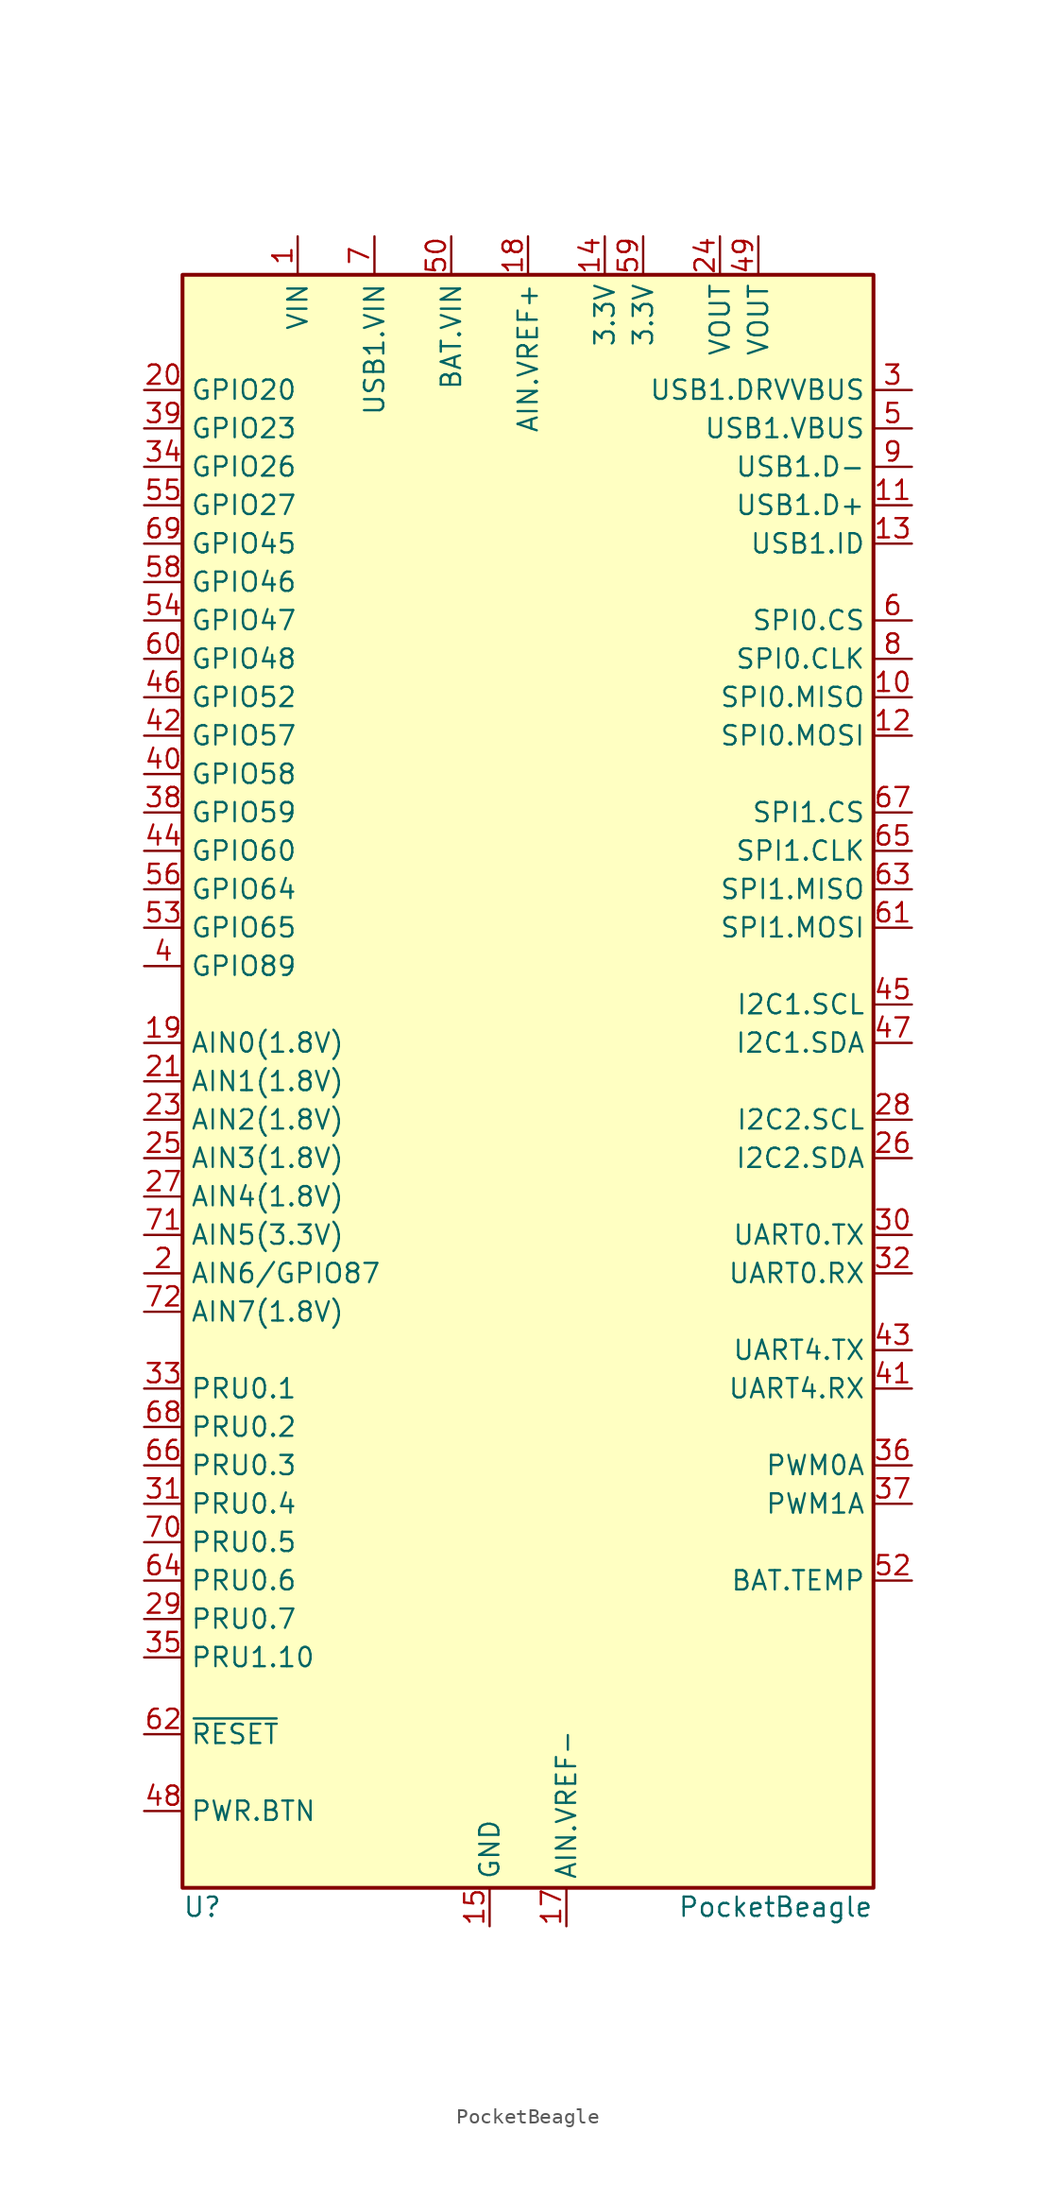
<source format=kicad_sym>
(kicad_symbol_lib
  (version 20201005)
  (generator kicad_symbol_editor)
  (symbol "PocketBeagle"
    (property "Reference" "U"
      (at -22.86 -54.61 0)
      (effects (font (size 1.27 1.27)) (justify left)))
    (property "Value" "PocketBeagle"
      (at 22.86 -54.61 0)
      (effects (font (size 1.27 1.27)) (justify right)))
    (symbol "PocketBeagle_0_1"
      (rectangle (start -22.86 53.34) (end 22.86 -53.34) (stroke (width 0.254)) (fill (type background))))
    (symbol "PocketBeagle_1_1"
      (pin power_in line (at -15.24 55.88 270) (length 2.54) (name "VIN" (effects (font (size 1.27 1.27)))) (number "1" (effects (font (size 1.27 1.27)))))
      (pin bidirectional line (at 25.4 25.4 180) (length 2.54) (name "SPI0.MISO" (effects (font (size 1.27 1.27)))) (number "10" (effects (font (size 1.27 1.27)))))
      (pin bidirectional line (at 25.4 38.1 180) (length 2.54) (name "USB1.D+" (effects (font (size 1.27 1.27)))) (number "11" (effects (font (size 1.27 1.27)))))
      (pin bidirectional line (at 25.4 22.86 180) (length 2.54) (name "SPI0.MOSI" (effects (font (size 1.27 1.27)))) (number "12" (effects (font (size 1.27 1.27)))))
      (pin input line (at 25.4 35.56 180) (length 2.54) (name "USB1.ID" (effects (font (size 1.27 1.27)))) (number "13" (effects (font (size 1.27 1.27)))))
      (pin power_out line (at 5.08 55.88 270) (length 2.54) (name "3.3V" (effects (font (size 1.27 1.27)))) (number "14" (effects (font (size 1.27 1.27)))))
      (pin power_in line (at -2.54 -55.88 90) (length 2.54) (name "GND" (effects (font (size 1.27 1.27)))) (number "15" (effects (font (size 1.27 1.27)))))
      (pin passive line (at -2.54 -55.88 90) (length 2.54) hide (name "GND" (effects (font (size 1.27 1.27)))) (number "16" (effects (font (size 1.27 1.27)))))
      (pin power_in line (at 2.54 -55.88 90) (length 2.54) (name "AIN.VREF-" (effects (font (size 1.27 1.27)))) (number "17" (effects (font (size 1.27 1.27)))))
      (pin power_in line (at 0 55.88 270) (length 2.54) (name "AIN.VREF+" (effects (font (size 1.27 1.27)))) (number "18" (effects (font (size 1.27 1.27)))))
      (pin input line (at -25.4 2.54 0) (length 2.54) (name "AIN0(1.8V)" (effects (font (size 1.27 1.27)))) (number "19" (effects (font (size 1.27 1.27)))))
      (pin bidirectional line (at -25.4 -12.7 0) (length 2.54) (name "AIN6/GPIO87" (effects (font (size 1.27 1.27)))) (number "2" (effects (font (size 1.27 1.27)))))
      (pin bidirectional line (at -25.4 45.72 0) (length 2.54) (name "GPIO20" (effects (font (size 1.27 1.27)))) (number "20" (effects (font (size 1.27 1.27)))))
      (pin input line (at -25.4 0 0) (length 2.54) (name "AIN1(1.8V)" (effects (font (size 1.27 1.27)))) (number "21" (effects (font (size 1.27 1.27)))))
      (pin passive line (at -2.54 -55.88 90) (length 2.54) hide (name "GND" (effects (font (size 1.27 1.27)))) (number "22" (effects (font (size 1.27 1.27)))))
      (pin input line (at -25.4 -2.54 0) (length 2.54) (name "AIN2(1.8V)" (effects (font (size 1.27 1.27)))) (number "23" (effects (font (size 1.27 1.27)))))
      (pin power_out line (at 12.7 55.88 270) (length 2.54) (name "VOUT" (effects (font (size 1.27 1.27)))) (number "24" (effects (font (size 1.27 1.27)))))
      (pin input line (at -25.4 -5.08 0) (length 2.54) (name "AIN3(1.8V)" (effects (font (size 1.27 1.27)))) (number "25" (effects (font (size 1.27 1.27)))))
      (pin bidirectional line (at 25.4 -5.08 180) (length 2.54) (name "I2C2.SDA" (effects (font (size 1.27 1.27)))) (number "26" (effects (font (size 1.27 1.27)))))
      (pin input line (at -25.4 -7.62 0) (length 2.54) (name "AIN4(1.8V)" (effects (font (size 1.27 1.27)))) (number "27" (effects (font (size 1.27 1.27)))))
      (pin bidirectional line (at 25.4 -2.54 180) (length 2.54) (name "I2C2.SCL" (effects (font (size 1.27 1.27)))) (number "28" (effects (font (size 1.27 1.27)))))
      (pin bidirectional line (at -25.4 -35.56 0) (length 2.54) (name "PRU0.7" (effects (font (size 1.27 1.27)))) (number "29" (effects (font (size 1.27 1.27)))))
      (pin output line (at 25.4 45.72 180) (length 2.54) (name "USB1.DRVVBUS" (effects (font (size 1.27 1.27)))) (number "3" (effects (font (size 1.27 1.27)))))
      (pin bidirectional line (at 25.4 -10.16 180) (length 2.54) (name "UART0.TX" (effects (font (size 1.27 1.27)))) (number "30" (effects (font (size 1.27 1.27)))))
      (pin bidirectional line (at -25.4 -27.94 0) (length 2.54) (name "PRU0.4" (effects (font (size 1.27 1.27)))) (number "31" (effects (font (size 1.27 1.27)))))
      (pin bidirectional line (at 25.4 -12.7 180) (length 2.54) (name "UART0.RX" (effects (font (size 1.27 1.27)))) (number "32" (effects (font (size 1.27 1.27)))))
      (pin bidirectional line (at -25.4 -20.32 0) (length 2.54) (name "PRU0.1" (effects (font (size 1.27 1.27)))) (number "33" (effects (font (size 1.27 1.27)))))
      (pin bidirectional line (at -25.4 40.64 0) (length 2.54) (name "GPIO26" (effects (font (size 1.27 1.27)))) (number "34" (effects (font (size 1.27 1.27)))))
      (pin bidirectional line (at -25.4 -38.1 0) (length 2.54) (name "PRU1.10" (effects (font (size 1.27 1.27)))) (number "35" (effects (font (size 1.27 1.27)))))
      (pin bidirectional line (at 25.4 -25.4 180) (length 2.54) (name "PWM0A" (effects (font (size 1.27 1.27)))) (number "36" (effects (font (size 1.27 1.27)))))
      (pin bidirectional line (at 25.4 -27.94 180) (length 2.54) (name "PWM1A" (effects (font (size 1.27 1.27)))) (number "37" (effects (font (size 1.27 1.27)))))
      (pin bidirectional line (at -25.4 17.78 0) (length 2.54) (name "GPIO59" (effects (font (size 1.27 1.27)))) (number "38" (effects (font (size 1.27 1.27)))))
      (pin bidirectional line (at -25.4 43.18 0) (length 2.54) (name "GPIO23" (effects (font (size 1.27 1.27)))) (number "39" (effects (font (size 1.27 1.27)))))
      (pin bidirectional line (at -25.4 7.62 0) (length 2.54) (name "GPIO89" (effects (font (size 1.27 1.27)))) (number "4" (effects (font (size 1.27 1.27)))))
      (pin bidirectional line (at -25.4 20.32 0) (length 2.54) (name "GPIO58" (effects (font (size 1.27 1.27)))) (number "40" (effects (font (size 1.27 1.27)))))
      (pin bidirectional line (at 25.4 -20.32 180) (length 2.54) (name "UART4.RX" (effects (font (size 1.27 1.27)))) (number "41" (effects (font (size 1.27 1.27)))))
      (pin bidirectional line (at -25.4 22.86 0) (length 2.54) (name "GPIO57" (effects (font (size 1.27 1.27)))) (number "42" (effects (font (size 1.27 1.27)))))
      (pin bidirectional line (at 25.4 -17.78 180) (length 2.54) (name "UART4.TX" (effects (font (size 1.27 1.27)))) (number "43" (effects (font (size 1.27 1.27)))))
      (pin bidirectional line (at -25.4 15.24 0) (length 2.54) (name "GPIO60" (effects (font (size 1.27 1.27)))) (number "44" (effects (font (size 1.27 1.27)))))
      (pin bidirectional line (at 25.4 5.08 180) (length 2.54) (name "I2C1.SCL" (effects (font (size 1.27 1.27)))) (number "45" (effects (font (size 1.27 1.27)))))
      (pin bidirectional line (at -25.4 25.4 0) (length 2.54) (name "GPIO52" (effects (font (size 1.27 1.27)))) (number "46" (effects (font (size 1.27 1.27)))))
      (pin bidirectional line (at 25.4 2.54 180) (length 2.54) (name "I2C1.SDA" (effects (font (size 1.27 1.27)))) (number "47" (effects (font (size 1.27 1.27)))))
      (pin input line (at -25.4 -48.26 0) (length 2.54) (name "PWR.BTN" (effects (font (size 1.27 1.27)))) (number "48" (effects (font (size 1.27 1.27)))))
      (pin power_out line (at 15.24 55.88 270) (length 2.54) (name "VOUT" (effects (font (size 1.27 1.27)))) (number "49" (effects (font (size 1.27 1.27)))))
      (pin input line (at 25.4 43.18 180) (length 2.54) (name "USB1.VBUS" (effects (font (size 1.27 1.27)))) (number "5" (effects (font (size 1.27 1.27)))))
      (pin power_in line (at -5.08 55.88 270) (length 2.54) (name "BAT.VIN" (effects (font (size 1.27 1.27)))) (number "50" (effects (font (size 1.27 1.27)))))
      (pin passive line (at -2.54 -55.88 90) (length 2.54) hide (name "GND" (effects (font (size 1.27 1.27)))) (number "51" (effects (font (size 1.27 1.27)))))
      (pin passive line (at 25.4 -33.02 180) (length 2.54) (name "BAT.TEMP" (effects (font (size 1.27 1.27)))) (number "52" (effects (font (size 1.27 1.27)))))
      (pin bidirectional line (at -25.4 10.16 0) (length 2.54) (name "GPIO65" (effects (font (size 1.27 1.27)))) (number "53" (effects (font (size 1.27 1.27)))))
      (pin bidirectional line (at -25.4 30.48 0) (length 2.54) (name "GPIO47" (effects (font (size 1.27 1.27)))) (number "54" (effects (font (size 1.27 1.27)))))
      (pin bidirectional line (at -25.4 38.1 0) (length 2.54) (name "GPIO27" (effects (font (size 1.27 1.27)))) (number "55" (effects (font (size 1.27 1.27)))))
      (pin bidirectional line (at -25.4 12.7 0) (length 2.54) (name "GPIO64" (effects (font (size 1.27 1.27)))) (number "56" (effects (font (size 1.27 1.27)))))
      (pin passive line (at -2.54 -55.88 90) (length 2.54) hide (name "GND" (effects (font (size 1.27 1.27)))) (number "57" (effects (font (size 1.27 1.27)))))
      (pin bidirectional line (at -25.4 33.02 0) (length 2.54) (name "GPIO46" (effects (font (size 1.27 1.27)))) (number "58" (effects (font (size 1.27 1.27)))))
      (pin power_out line (at 7.62 55.88 270) (length 2.54) (name "3.3V" (effects (font (size 1.27 1.27)))) (number "59" (effects (font (size 1.27 1.27)))))
      (pin bidirectional line (at 25.4 30.48 180) (length 2.54) (name "SPI0.CS" (effects (font (size 1.27 1.27)))) (number "6" (effects (font (size 1.27 1.27)))))
      (pin bidirectional line (at -25.4 27.94 0) (length 2.54) (name "GPIO48" (effects (font (size 1.27 1.27)))) (number "60" (effects (font (size 1.27 1.27)))))
      (pin bidirectional line (at 25.4 10.16 180) (length 2.54) (name "SPI1.MOSI" (effects (font (size 1.27 1.27)))) (number "61" (effects (font (size 1.27 1.27)))))
      (pin input line (at -25.4 -43.18 0) (length 2.54) (name "~RESET" (effects (font (size 1.27 1.27)))) (number "62" (effects (font (size 1.27 1.27)))))
      (pin bidirectional line (at 25.4 12.7 180) (length 2.54) (name "SPI1.MISO" (effects (font (size 1.27 1.27)))) (number "63" (effects (font (size 1.27 1.27)))))
      (pin bidirectional line (at -25.4 -33.02 0) (length 2.54) (name "PRU0.6" (effects (font (size 1.27 1.27)))) (number "64" (effects (font (size 1.27 1.27)))))
      (pin bidirectional line (at 25.4 15.24 180) (length 2.54) (name "SPI1.CLK" (effects (font (size 1.27 1.27)))) (number "65" (effects (font (size 1.27 1.27)))))
      (pin bidirectional line (at -25.4 -25.4 0) (length 2.54) (name "PRU0.3" (effects (font (size 1.27 1.27)))) (number "66" (effects (font (size 1.27 1.27)))))
      (pin bidirectional line (at 25.4 17.78 180) (length 2.54) (name "SPI1.CS" (effects (font (size 1.27 1.27)))) (number "67" (effects (font (size 1.27 1.27)))))
      (pin bidirectional line (at -25.4 -22.86 0) (length 2.54) (name "PRU0.2" (effects (font (size 1.27 1.27)))) (number "68" (effects (font (size 1.27 1.27)))))
      (pin bidirectional line (at -25.4 35.56 0) (length 2.54) (name "GPIO45" (effects (font (size 1.27 1.27)))) (number "69" (effects (font (size 1.27 1.27)))))
      (pin power_in line (at -10.16 55.88 270) (length 2.54) (name "USB1.VIN" (effects (font (size 1.27 1.27)))) (number "7" (effects (font (size 1.27 1.27)))))
      (pin bidirectional line (at -25.4 -30.48 0) (length 2.54) (name "PRU0.5" (effects (font (size 1.27 1.27)))) (number "70" (effects (font (size 1.27 1.27)))))
      (pin input line (at -25.4 -10.16 0) (length 2.54) (name "AIN5(3.3V)" (effects (font (size 1.27 1.27)))) (number "71" (effects (font (size 1.27 1.27)))))
      (pin input line (at -25.4 -15.24 0) (length 2.54) (name "AIN7(1.8V)" (effects (font (size 1.27 1.27)))) (number "72" (effects (font (size 1.27 1.27)))))
      (pin bidirectional line (at 25.4 27.94 180) (length 2.54) (name "SPI0.CLK" (effects (font (size 1.27 1.27)))) (number "8" (effects (font (size 1.27 1.27)))))
      (pin bidirectional line (at 25.4 40.64 180) (length 2.54) (name "USB1.D-" (effects (font (size 1.27 1.27)))) (number "9" (effects (font (size 1.27 1.27))))))))
</source>
